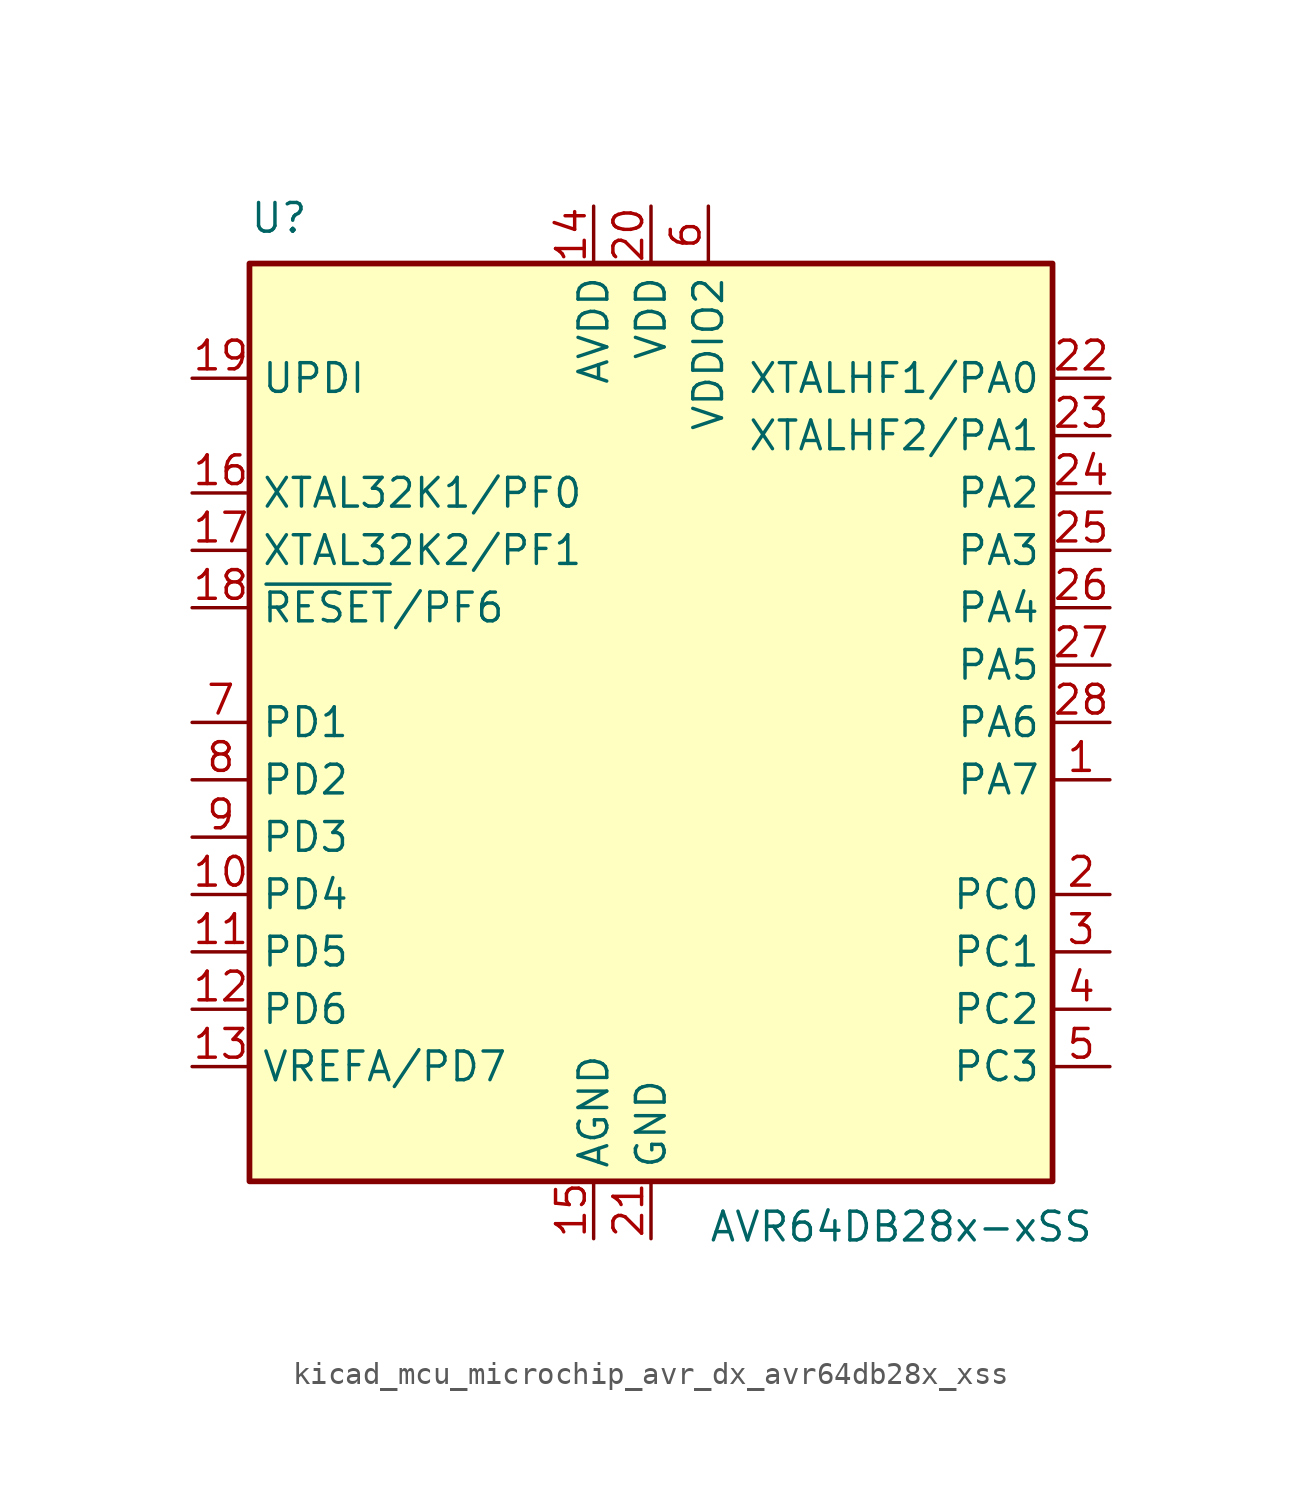
<source format=kicad_sym>
(kicad_symbol_lib
  (version 20220914)
  (generator kicad_symbol_editor)
  (symbol "kicad_mcu_microchip_avr_dx_avr64db28x_xss"
    (property "Reference" "U"
      (at -17.78 21.59 0)
      (effects (font (size 1.27 1.27)) (justify left bottom)))
    (property "Value" "AVR64DB28x-xSS"
      (at 2.54 -21.59 0)
      (effects (font (size 1.27 1.27)) (justify left top)))
    (symbol "kicad_mcu_microchip_avr_dx_avr64db28x_xss_0_1"
      (rectangle (start -17.78 20.32) (end 17.78 -20.32) (stroke (width 0.254) (type default)) (fill (type background))))
    (symbol "kicad_mcu_microchip_avr_dx_avr64db28x_xss_1_1"
      (pin bidirectional line (at 20.32 -2.54 180) (length 2.54) (name "PA7" (effects (font (size 1.27 1.27)))) (number "1" (effects (font (size 1.27 1.27)))))
      (pin bidirectional line (at -20.32 -7.62 0) (length 2.54) (name "PD4" (effects (font (size 1.27 1.27)))) (number "10" (effects (font (size 1.27 1.27)))))
      (pin bidirectional line (at -20.32 -10.16 0) (length 2.54) (name "PD5" (effects (font (size 1.27 1.27)))) (number "11" (effects (font (size 1.27 1.27)))))
      (pin bidirectional line (at -20.32 -12.7 0) (length 2.54) (name "PD6" (effects (font (size 1.27 1.27)))) (number "12" (effects (font (size 1.27 1.27)))))
      (pin bidirectional line (at -20.32 -15.24 0) (length 2.54) (name "VREFA/PD7" (effects (font (size 1.27 1.27)))) (number "13" (effects (font (size 1.27 1.27)))))
      (pin power_in line (at -2.54 22.86 270) (length 2.54) (name "AVDD" (effects (font (size 1.27 1.27)))) (number "14" (effects (font (size 1.27 1.27)))))
      (pin power_in line (at -2.54 -22.86 90) (length 2.54) (name "AGND" (effects (font (size 1.27 1.27)))) (number "15" (effects (font (size 1.27 1.27)))))
      (pin bidirectional line (at -20.32 10.16 0) (length 2.54) (name "XTAL32K1/PF0" (effects (font (size 1.27 1.27)))) (number "16" (effects (font (size 1.27 1.27)))))
      (pin bidirectional line (at -20.32 7.62 0) (length 2.54) (name "XTAL32K2/PF1" (effects (font (size 1.27 1.27)))) (number "17" (effects (font (size 1.27 1.27)))))
      (pin bidirectional line (at -20.32 5.08 0) (length 2.54) (name "~{RESET}/PF6" (effects (font (size 1.27 1.27)))) (number "18" (effects (font (size 1.27 1.27)))))
      (pin input line (at -20.32 15.24 0) (length 2.54) (name "UPDI" (effects (font (size 1.27 1.27)))) (number "19" (effects (font (size 1.27 1.27)))))
      (pin bidirectional line (at 20.32 -7.62 180) (length 2.54) (name "PC0" (effects (font (size 1.27 1.27)))) (number "2" (effects (font (size 1.27 1.27)))))
      (pin power_in line (at 0 22.86 270) (length 2.54) (name "VDD" (effects (font (size 1.27 1.27)))) (number "20" (effects (font (size 1.27 1.27)))))
      (pin power_in line (at 0 -22.86 90) (length 2.54) (name "GND" (effects (font (size 1.27 1.27)))) (number "21" (effects (font (size 1.27 1.27)))))
      (pin bidirectional line (at 20.32 15.24 180) (length 2.54) (name "XTALHF1/PA0" (effects (font (size 1.27 1.27)))) (number "22" (effects (font (size 1.27 1.27)))))
      (pin bidirectional line (at 20.32 12.7 180) (length 2.54) (name "XTALHF2/PA1" (effects (font (size 1.27 1.27)))) (number "23" (effects (font (size 1.27 1.27)))))
      (pin bidirectional line (at 20.32 10.16 180) (length 2.54) (name "PA2" (effects (font (size 1.27 1.27)))) (number "24" (effects (font (size 1.27 1.27)))))
      (pin bidirectional line (at 20.32 7.62 180) (length 2.54) (name "PA3" (effects (font (size 1.27 1.27)))) (number "25" (effects (font (size 1.27 1.27)))))
      (pin bidirectional line (at 20.32 5.08 180) (length 2.54) (name "PA4" (effects (font (size 1.27 1.27)))) (number "26" (effects (font (size 1.27 1.27)))))
      (pin bidirectional line (at 20.32 2.54 180) (length 2.54) (name "PA5" (effects (font (size 1.27 1.27)))) (number "27" (effects (font (size 1.27 1.27)))))
      (pin bidirectional line (at 20.32 0 180) (length 2.54) (name "PA6" (effects (font (size 1.27 1.27)))) (number "28" (effects (font (size 1.27 1.27)))))
      (pin bidirectional line (at 20.32 -10.16 180) (length 2.54) (name "PC1" (effects (font (size 1.27 1.27)))) (number "3" (effects (font (size 1.27 1.27)))))
      (pin bidirectional line (at 20.32 -12.7 180) (length 2.54) (name "PC2" (effects (font (size 1.27 1.27)))) (number "4" (effects (font (size 1.27 1.27)))))
      (pin bidirectional line (at 20.32 -15.24 180) (length 2.54) (name "PC3" (effects (font (size 1.27 1.27)))) (number "5" (effects (font (size 1.27 1.27)))))
      (pin power_in line (at 2.54 22.86 270) (length 2.54) (name "VDDIO2" (effects (font (size 1.27 1.27)))) (number "6" (effects (font (size 1.27 1.27)))))
      (pin bidirectional line (at -20.32 0 0) (length 2.54) (name "PD1" (effects (font (size 1.27 1.27)))) (number "7" (effects (font (size 1.27 1.27)))))
      (pin bidirectional line (at -20.32 -2.54 0) (length 2.54) (name "PD2" (effects (font (size 1.27 1.27)))) (number "8" (effects (font (size 1.27 1.27)))))
      (pin bidirectional line (at -20.32 -5.08 0) (length 2.54) (name "PD3" (effects (font (size 1.27 1.27)))) (number "9" (effects (font (size 1.27 1.27))))))))
</source>
